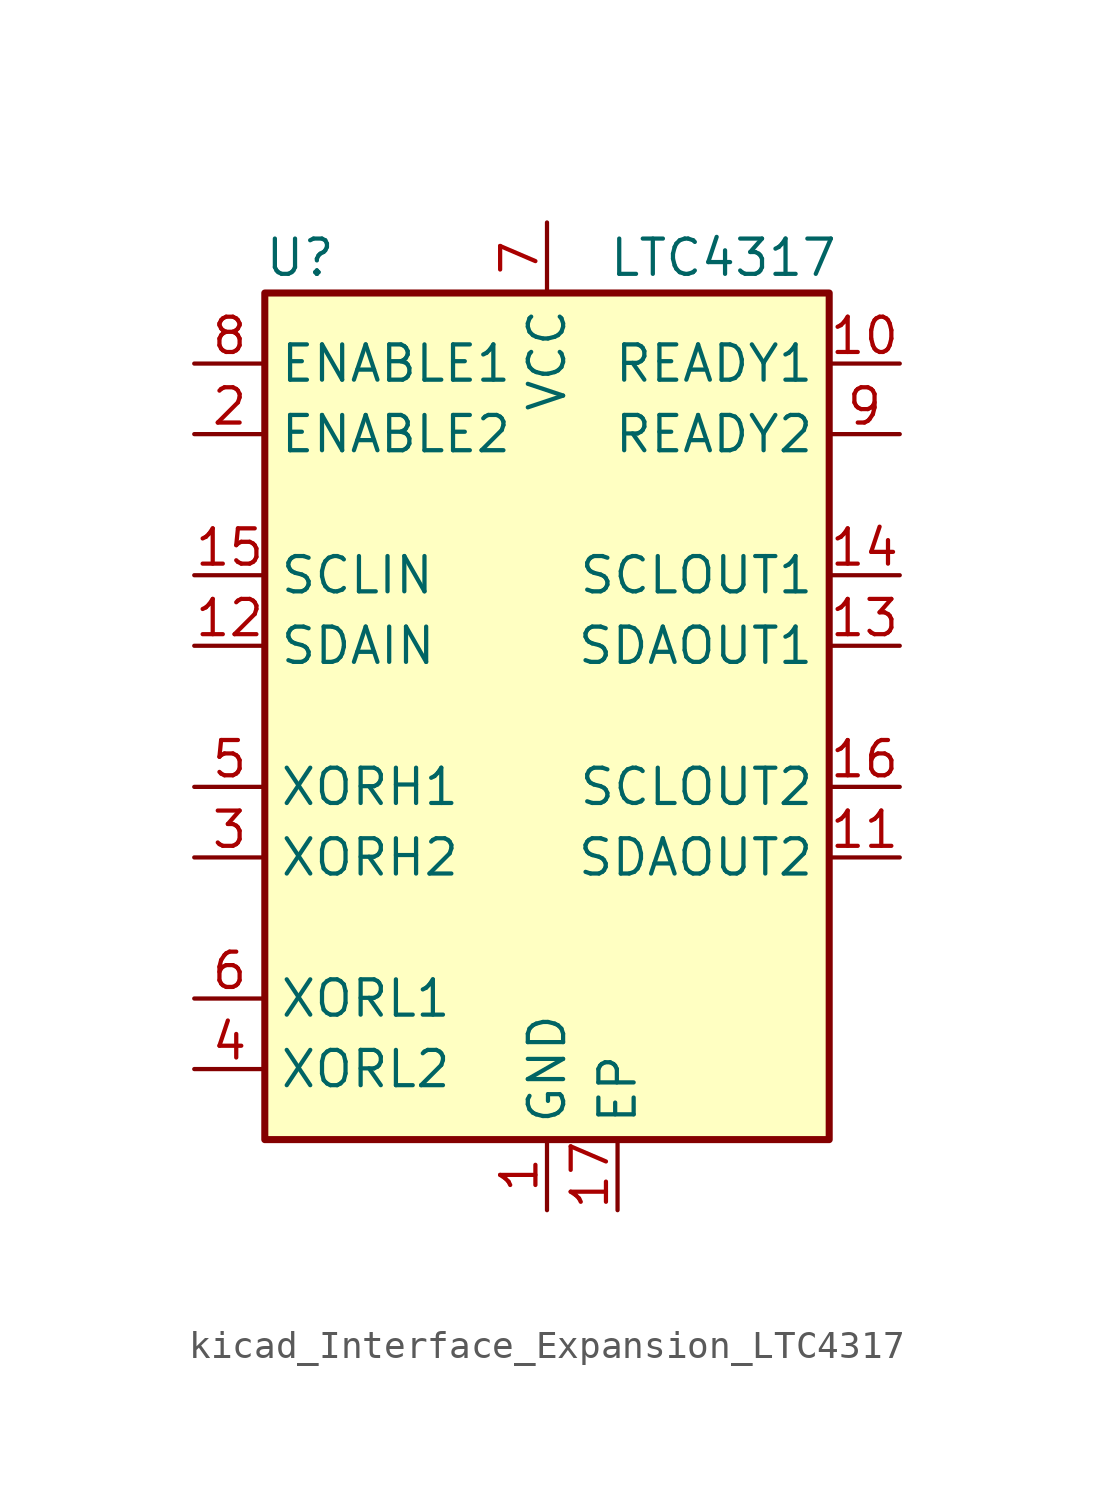
<source format=kicad_sym>
(kicad_symbol_lib
  (version 20220914)
  (generator kicad_symbol_editor)
  (symbol "kicad_Interface_Expansion_LTC4317"
    (property "Reference" "U"
      (at -8.89 16.51 0)
      (effects (font (size 1.27 1.27))))
    (property "Value" "LTC4317"
      (at 6.35 16.51 0)
      (effects (font (size 1.27 1.27))))
    (symbol "kicad_Interface_Expansion_LTC4317_0_1"
      (rectangle (start -10.16 15.24) (end 10.16 -15.24) (stroke (width 0.254) (type default)) (fill (type background))))
    (symbol "kicad_Interface_Expansion_LTC4317_1_1"
      (pin power_in line (at 0 -17.78 90) (length 2.54) (name "GND" (effects (font (size 1.27 1.27)))) (number "1" (effects (font (size 1.27 1.27)))))
      (pin open_collector line (at 12.7 12.7 180) (length 2.54) (name "READY1" (effects (font (size 1.27 1.27)))) (number "10" (effects (font (size 1.27 1.27)))))
      (pin bidirectional line (at 12.7 -5.08 180) (length 2.54) (name "SDAOUT2" (effects (font (size 1.27 1.27)))) (number "11" (effects (font (size 1.27 1.27)))))
      (pin bidirectional line (at -12.7 2.54 0) (length 2.54) (name "SDAIN" (effects (font (size 1.27 1.27)))) (number "12" (effects (font (size 1.27 1.27)))))
      (pin bidirectional line (at 12.7 2.54 180) (length 2.54) (name "SDAOUT1" (effects (font (size 1.27 1.27)))) (number "13" (effects (font (size 1.27 1.27)))))
      (pin output line (at 12.7 5.08 180) (length 2.54) (name "SCLOUT1" (effects (font (size 1.27 1.27)))) (number "14" (effects (font (size 1.27 1.27)))))
      (pin input line (at -12.7 5.08 0) (length 2.54) (name "SCLIN" (effects (font (size 1.27 1.27)))) (number "15" (effects (font (size 1.27 1.27)))))
      (pin output line (at 12.7 -2.54 180) (length 2.54) (name "SCLOUT2" (effects (font (size 1.27 1.27)))) (number "16" (effects (font (size 1.27 1.27)))))
      (pin passive line (at 2.54 -17.78 90) (length 2.54) (name "EP" (effects (font (size 1.27 1.27)))) (number "17" (effects (font (size 1.27 1.27)))))
      (pin input line (at -12.7 10.16 0) (length 2.54) (name "ENABLE2" (effects (font (size 1.27 1.27)))) (number "2" (effects (font (size 1.27 1.27)))))
      (pin input line (at -12.7 -5.08 0) (length 2.54) (name "XORH2" (effects (font (size 1.27 1.27)))) (number "3" (effects (font (size 1.27 1.27)))))
      (pin input line (at -12.7 -12.7 0) (length 2.54) (name "XORL2" (effects (font (size 1.27 1.27)))) (number "4" (effects (font (size 1.27 1.27)))))
      (pin input line (at -12.7 -2.54 0) (length 2.54) (name "XORH1" (effects (font (size 1.27 1.27)))) (number "5" (effects (font (size 1.27 1.27)))))
      (pin input line (at -12.7 -10.16 0) (length 2.54) (name "XORL1" (effects (font (size 1.27 1.27)))) (number "6" (effects (font (size 1.27 1.27)))))
      (pin power_in line (at 0 17.78 270) (length 2.54) (name "VCC" (effects (font (size 1.27 1.27)))) (number "7" (effects (font (size 1.27 1.27)))))
      (pin input line (at -12.7 12.7 0) (length 2.54) (name "ENABLE1" (effects (font (size 1.27 1.27)))) (number "8" (effects (font (size 1.27 1.27)))))
      (pin open_collector line (at 12.7 10.16 180) (length 2.54) (name "READY2" (effects (font (size 1.27 1.27)))) (number "9" (effects (font (size 1.27 1.27))))))))
</source>
